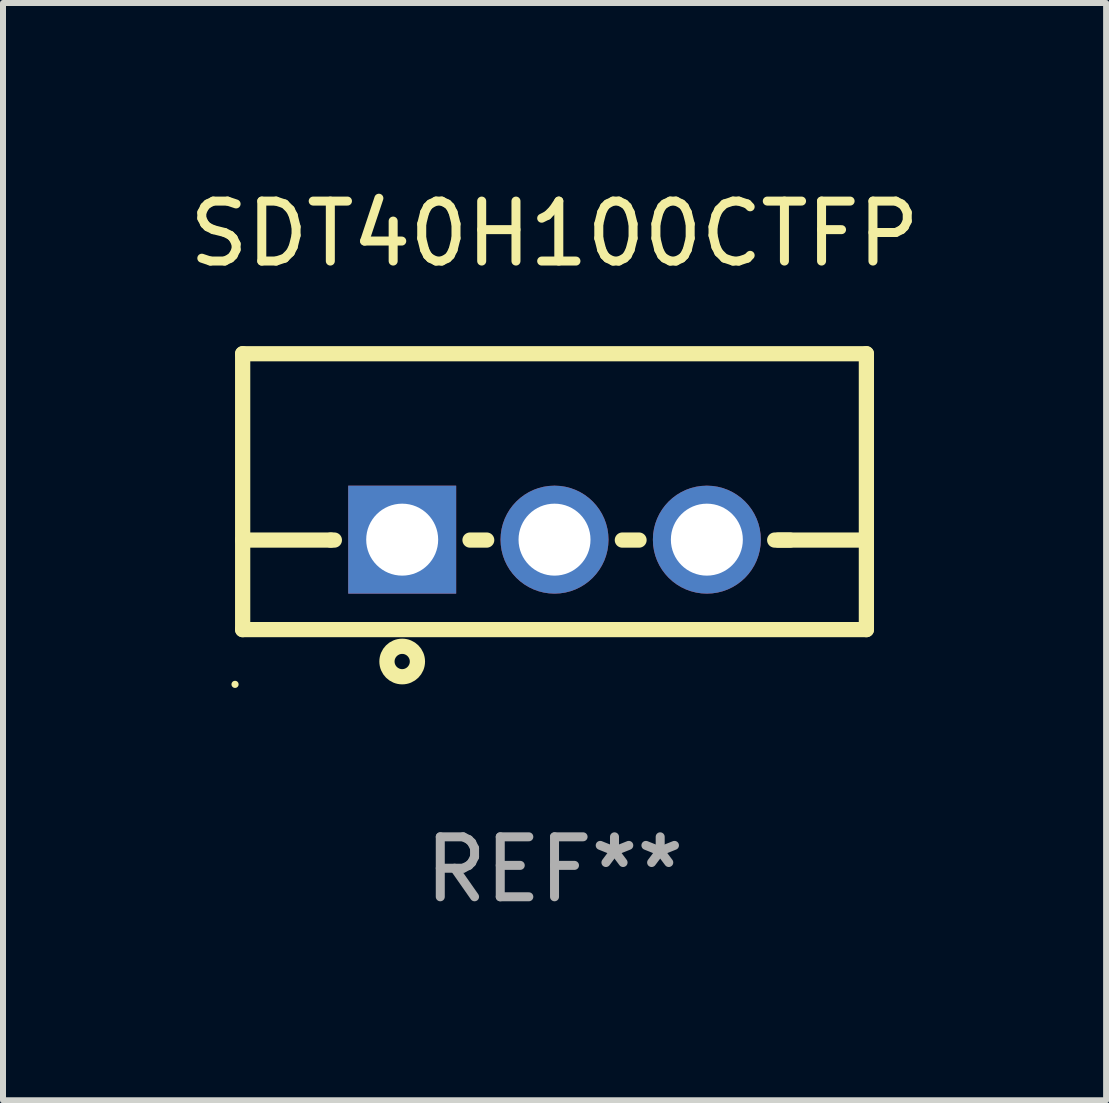
<source format=kicad_pcb>
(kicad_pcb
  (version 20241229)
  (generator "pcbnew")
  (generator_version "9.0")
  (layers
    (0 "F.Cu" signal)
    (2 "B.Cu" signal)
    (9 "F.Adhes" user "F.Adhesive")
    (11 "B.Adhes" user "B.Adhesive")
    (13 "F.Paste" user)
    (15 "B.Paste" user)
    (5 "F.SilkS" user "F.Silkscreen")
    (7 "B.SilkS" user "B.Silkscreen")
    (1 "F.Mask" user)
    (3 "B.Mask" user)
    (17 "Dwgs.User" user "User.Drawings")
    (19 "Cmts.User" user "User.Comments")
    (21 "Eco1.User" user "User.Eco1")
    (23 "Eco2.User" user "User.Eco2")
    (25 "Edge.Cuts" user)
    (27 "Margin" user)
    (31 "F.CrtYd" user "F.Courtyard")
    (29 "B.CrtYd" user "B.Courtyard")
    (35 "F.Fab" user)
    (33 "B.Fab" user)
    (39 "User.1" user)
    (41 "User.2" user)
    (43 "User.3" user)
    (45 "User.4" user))
  (footprint "SDT40H100CTFP"
    (layer "F.Cu")
    (at 6.196 5.148)
    (property "Reference" "SDT40H100CTFP" (at 0 -4.3 0) (layer "F.SilkS") (effects (font (size 1 1) (thickness 0.15))))
    (attr through_hole)
    (fp_line (start -5.2 -2.3) (end -5.2 2.3) (stroke (width 0.254) (type solid)) (layer "F.SilkS"))
    (fp_line (start -5.2 -2.3) (end 5.2 -2.3) (stroke (width 0.254) (type solid)) (layer "F.SilkS"))
    (fp_line (start -5.2 0.807) (end -3.731 0.807) (stroke (width 0.254) (type solid)) (layer "F.SilkS"))
    (fp_line (start -5.2 2.3) (end 5.2 2.3) (stroke (width 0.254) (type solid)) (layer "F.SilkS"))
    (fp_line (start -3.731 0.807) (end -3.671 0.807) (stroke (width 0.254) (type solid)) (layer "F.SilkS"))
    (fp_line (start -1.409 0.807) (end -1.131 0.807) (stroke (width 0.254) (type solid)) (layer "F.SilkS"))
    (fp_line (start 1.131 0.807) (end 1.409 0.807) (stroke (width 0.254) (type solid)) (layer "F.SilkS"))
    (fp_line (start 3.671 0.807) (end 3.926 0.807) (stroke (width 0.254) (type solid)) (layer "F.SilkS"))
    (fp_line (start 3.731 0.807) (end 5.2 0.807) (stroke (width 0.254) (type solid)) (layer "F.SilkS"))
    (fp_line (start 5.2 -2.3) (end 5.2 2.3) (stroke (width 0.254) (type solid)) (layer "F.SilkS"))
    (fp_circle (center -5.327 3.213) (end -5.297 3.213) (stroke (width 0.06) (type solid)) (fill no) (layer "F.SilkS"))
    (fp_circle (center -2.54 2.832) (end -2.286 2.832) (stroke (width 0.254) (type solid)) (fill no) (layer "F.SilkS"))
    (fp_text user "REF**" (at 0 6.3 0) (layer "F.Fab") (effects (font (size 1 1) (thickness 0.15))))
    (pad "1" thru_hole rect (at -2.54 0.8) (size 1.8 1.8) (drill 1.2) (layers "*.Cu" "*.Mask"))
    (pad "2" thru_hole circle (at 0 0.8) (size 1.8 1.8) (drill 1.2) (layers "*.Cu" "*.Mask"))
    (pad "3" thru_hole circle (at 2.54 0.8) (size 1.8 1.8) (drill 1.2) (layers "*.Cu" "*.Mask")))
  (gr_rect
    (start -3 -3)
    (end 15.393 15.296)
    (stroke (width 0.1) (type default))
    (fill no)
    (layer "Edge.Cuts")))
</source>
